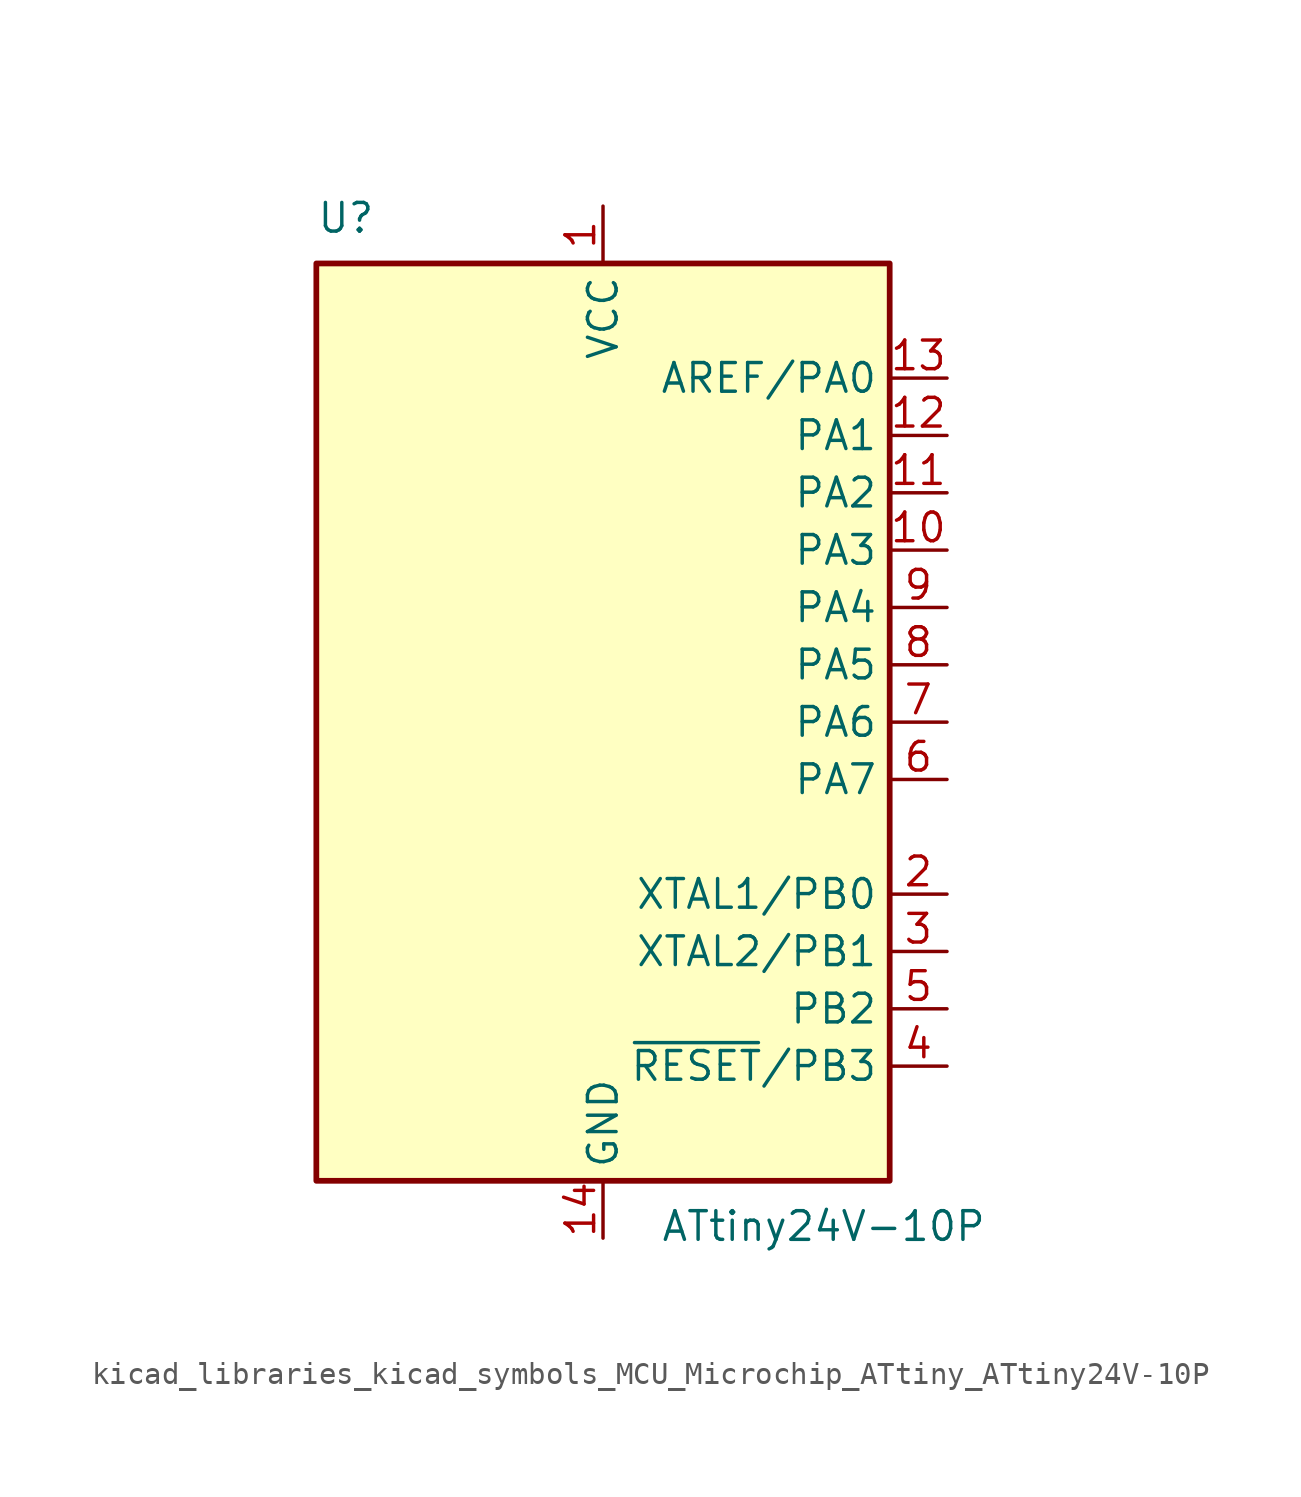
<source format=kicad_sym>
(kicad_symbol_lib
  (version 20220914)
  (generator kicad_symbol_editor)
  (symbol "kicad_libraries_kicad_symbols_MCU_Microchip_ATtiny_ATtiny24V-10P"
    (property "Reference" "U"
      (at -12.7 21.59 0)
      (effects (font (size 1.27 1.27)) (justify left bottom)))
    (property "Value" "ATtiny24V-10P"
      (at 2.54 -21.59 0)
      (effects (font (size 1.27 1.27)) (justify left top)))
    (symbol "kicad_libraries_kicad_symbols_MCU_Microchip_ATtiny_ATtiny24V-10P_0_1"
      (rectangle (start -12.7 -20.32) (end 12.7 20.32) (stroke (width 0.254) (type default)) (fill (type background))))
    (symbol "kicad_libraries_kicad_symbols_MCU_Microchip_ATtiny_ATtiny24V-10P_1_1"
      (pin power_in line (at 0 22.86 270) (length 2.54) (name "VCC" (effects (font (size 1.27 1.27)))) (number "1" (effects (font (size 1.27 1.27)))))
      (pin bidirectional line (at 15.24 7.62 180) (length 2.54) (name "PA3" (effects (font (size 1.27 1.27)))) (number "10" (effects (font (size 1.27 1.27)))))
      (pin bidirectional line (at 15.24 10.16 180) (length 2.54) (name "PA2" (effects (font (size 1.27 1.27)))) (number "11" (effects (font (size 1.27 1.27)))))
      (pin bidirectional line (at 15.24 12.7 180) (length 2.54) (name "PA1" (effects (font (size 1.27 1.27)))) (number "12" (effects (font (size 1.27 1.27)))))
      (pin bidirectional line (at 15.24 15.24 180) (length 2.54) (name "AREF/PA0" (effects (font (size 1.27 1.27)))) (number "13" (effects (font (size 1.27 1.27)))))
      (pin power_in line (at 0 -22.86 90) (length 2.54) (name "GND" (effects (font (size 1.27 1.27)))) (number "14" (effects (font (size 1.27 1.27)))))
      (pin bidirectional line (at 15.24 -7.62 180) (length 2.54) (name "XTAL1/PB0" (effects (font (size 1.27 1.27)))) (number "2" (effects (font (size 1.27 1.27)))))
      (pin bidirectional line (at 15.24 -10.16 180) (length 2.54) (name "XTAL2/PB1" (effects (font (size 1.27 1.27)))) (number "3" (effects (font (size 1.27 1.27)))))
      (pin bidirectional line (at 15.24 -15.24 180) (length 2.54) (name "~{RESET}/PB3" (effects (font (size 1.27 1.27)))) (number "4" (effects (font (size 1.27 1.27)))))
      (pin bidirectional line (at 15.24 -12.7 180) (length 2.54) (name "PB2" (effects (font (size 1.27 1.27)))) (number "5" (effects (font (size 1.27 1.27)))))
      (pin bidirectional line (at 15.24 -2.54 180) (length 2.54) (name "PA7" (effects (font (size 1.27 1.27)))) (number "6" (effects (font (size 1.27 1.27)))))
      (pin bidirectional line (at 15.24 0 180) (length 2.54) (name "PA6" (effects (font (size 1.27 1.27)))) (number "7" (effects (font (size 1.27 1.27)))))
      (pin bidirectional line (at 15.24 2.54 180) (length 2.54) (name "PA5" (effects (font (size 1.27 1.27)))) (number "8" (effects (font (size 1.27 1.27)))))
      (pin bidirectional line (at 15.24 5.08 180) (length 2.54) (name "PA4" (effects (font (size 1.27 1.27)))) (number "9" (effects (font (size 1.27 1.27))))))))
</source>
